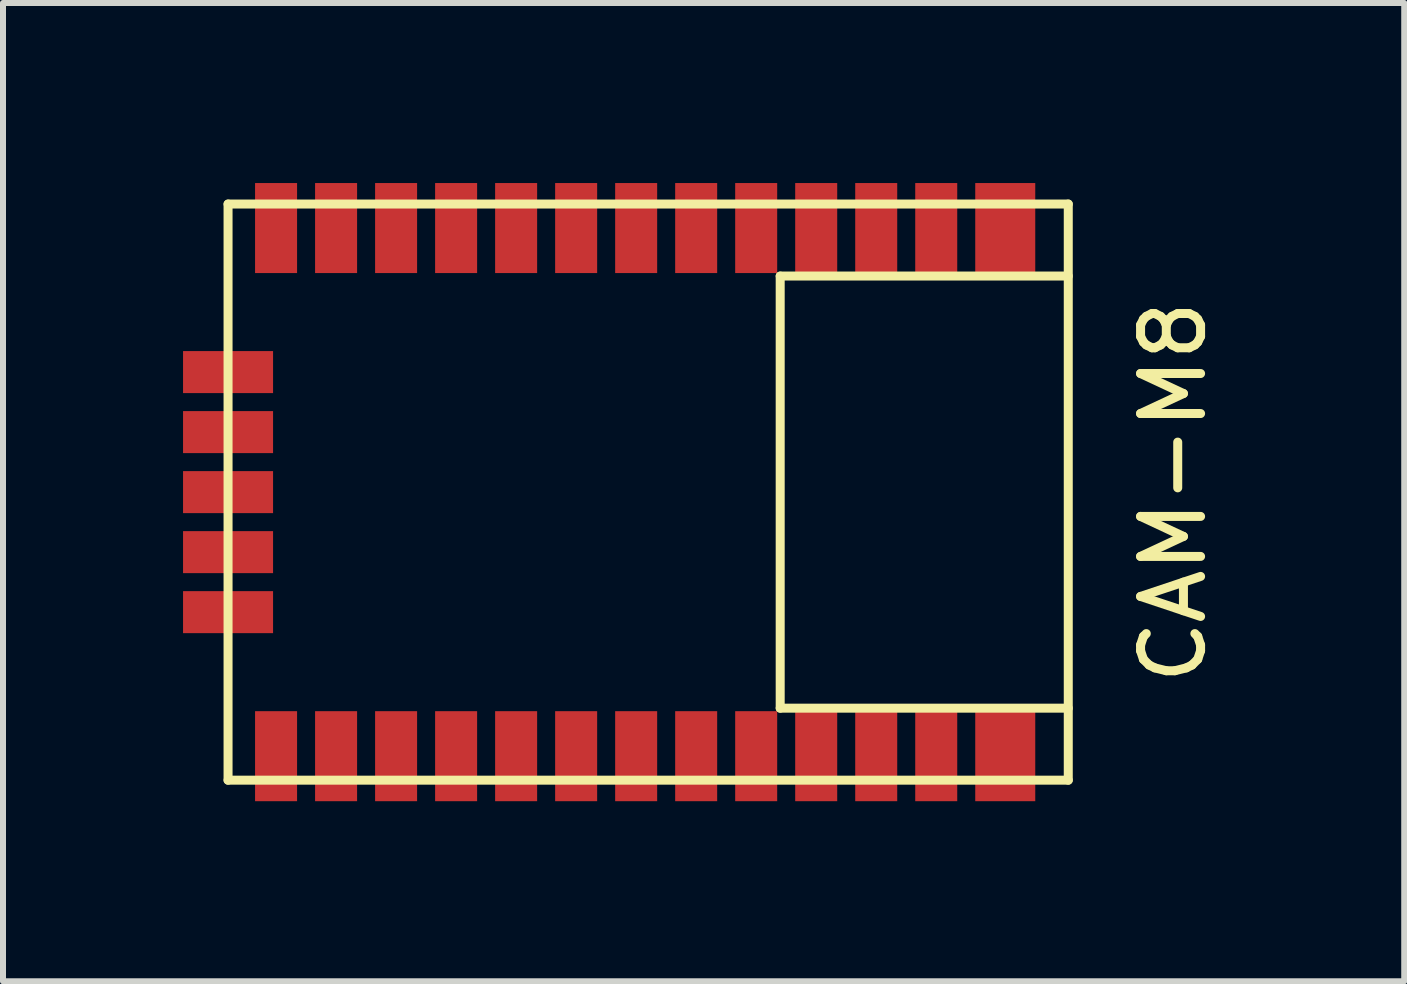
<source format=kicad_pcb>
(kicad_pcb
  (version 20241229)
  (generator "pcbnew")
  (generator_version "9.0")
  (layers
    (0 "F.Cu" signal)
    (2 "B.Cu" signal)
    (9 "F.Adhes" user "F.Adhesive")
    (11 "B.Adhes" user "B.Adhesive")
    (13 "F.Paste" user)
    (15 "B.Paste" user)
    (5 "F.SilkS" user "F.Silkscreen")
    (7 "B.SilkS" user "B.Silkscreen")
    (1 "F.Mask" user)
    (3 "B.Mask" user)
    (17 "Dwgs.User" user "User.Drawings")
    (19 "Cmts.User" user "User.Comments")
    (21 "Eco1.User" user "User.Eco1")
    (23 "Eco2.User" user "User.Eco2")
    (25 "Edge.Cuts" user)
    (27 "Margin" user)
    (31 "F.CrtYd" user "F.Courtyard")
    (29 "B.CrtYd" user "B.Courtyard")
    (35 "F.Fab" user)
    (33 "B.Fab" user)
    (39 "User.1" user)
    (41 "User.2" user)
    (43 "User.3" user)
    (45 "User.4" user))
  (footprint "CAM-M8"
    (layer "F.Cu")
    (at 7.75 5.15)
    (property "Reference" "CAM-M8" (at 8.75 0 90) (layer "F.SilkS") (effects (font (size 1 1) (thickness 0.15))))
    (attr through_hole)
    (fp_line (start -7 -4.8) (end -7 4.8) (stroke (width 0.15) (type solid)) (layer "F.SilkS"))
    (fp_line (start -7 -4.8) (end 7 -4.8) (stroke (width 0.15) (type solid)) (layer "F.SilkS"))
    (fp_line (start -7 4.8) (end 7 4.8) (stroke (width 0.15) (type solid)) (layer "F.SilkS"))
    (fp_line (start 2.2 -3.6) (end 2.2 3.6) (stroke (width 0.15) (type solid)) (layer "F.SilkS"))
    (fp_line (start 2.2 3.6) (end 7 3.6) (stroke (width 0.15) (type solid)) (layer "F.SilkS"))
    (fp_line (start 7 -3.6) (end 2.2 -3.6) (stroke (width 0.15) (type solid)) (layer "F.SilkS"))
    (fp_line (start 7 4.8) (end 7 -4.8) (stroke (width 0.15) (type solid)) (layer "F.SilkS"))
    (pad "1" smd rect (at -6.2 4.4) (size 0.7 1.5) (layers "F.Cu" "F.Mask" "F.Paste"))
    (pad "2" smd rect (at -5.2 4.4) (size 0.7 1.5) (layers "F.Cu" "F.Mask" "F.Paste"))
    (pad "3" smd rect (at -4.2 4.4) (size 0.7 1.5) (layers "F.Cu" "F.Mask" "F.Paste"))
    (pad "4" smd rect (at -3.2 4.4) (size 0.7 1.5) (layers "F.Cu" "F.Mask" "F.Paste"))
    (pad "5" smd rect (at -2.2 4.4) (size 0.7 1.5) (layers "F.Cu" "F.Mask" "F.Paste"))
    (pad "6" smd rect (at -1.2 4.4) (size 0.7 1.5) (layers "F.Cu" "F.Mask" "F.Paste"))
    (pad "7" smd rect (at -0.2 4.4) (size 0.7 1.5) (layers "F.Cu" "F.Mask" "F.Paste"))
    (pad "8" smd rect (at 0.8 4.4) (size 0.7 1.5) (layers "F.Cu" "F.Mask" "F.Paste"))
    (pad "9" smd rect (at 1.8 4.4) (size 0.7 1.5) (layers "F.Cu" "F.Mask" "F.Paste"))
    (pad "10" smd rect (at 2.8 4.4) (size 0.7 1.5) (layers "F.Cu" "F.Mask" "F.Paste"))
    (pad "11" smd rect (at 3.8 4.4) (size 0.7 1.5) (layers "F.Cu" "F.Mask" "F.Paste"))
    (pad "12" smd rect (at 4.8 4.4) (size 0.7 1.5) (layers "F.Cu" "F.Mask" "F.Paste"))
    (pad "13" smd rect (at 5.95 4.4) (size 1 1.5) (layers "F.Cu" "F.Mask" "F.Paste"))
    (pad "14" smd rect (at 5.95 -4.4) (size 1 1.5) (layers "F.Cu" "F.Mask" "F.Paste"))
    (pad "15" smd rect (at 4.8 -4.4) (size 0.7 1.5) (layers "F.Cu" "F.Mask" "F.Paste"))
    (pad "16" smd rect (at 3.8 -4.4) (size 0.7 1.5) (layers "F.Cu" "F.Mask" "F.Paste"))
    (pad "17" smd rect (at 2.8 -4.4) (size 0.7 1.5) (layers "F.Cu" "F.Mask" "F.Paste"))
    (pad "18" smd rect (at 1.8 -4.4) (size 0.7 1.5) (layers "F.Cu" "F.Mask" "F.Paste"))
    (pad "19" smd rect (at 0.8 -4.4) (size 0.7 1.5) (layers "F.Cu" "F.Mask" "F.Paste"))
    (pad "20" smd rect (at -0.2 -4.4) (size 0.7 1.5) (layers "F.Cu" "F.Mask" "F.Paste"))
    (pad "21" smd rect (at -1.2 -4.4) (size 0.7 1.5) (layers "F.Cu" "F.Mask" "F.Paste"))
    (pad "22" smd rect (at -2.2 -4.4) (size 0.7 1.5) (layers "F.Cu" "F.Mask" "F.Paste"))
    (pad "23" smd rect (at -3.2 -4.4) (size 0.7 1.5) (layers "F.Cu" "F.Mask" "F.Paste"))
    (pad "24" smd rect (at -4.2 -4.4) (size 0.7 1.5) (layers "F.Cu" "F.Mask" "F.Paste"))
    (pad "25" smd rect (at -5.2 -4.4) (size 0.7 1.5) (layers "F.Cu" "F.Mask" "F.Paste"))
    (pad "26" smd rect (at -6.2 -4.4) (size 0.7 1.5) (layers "F.Cu" "F.Mask" "F.Paste"))
    (pad "27" smd rect (at -7 -2 90) (size 0.7 1.5) (layers "F.Cu" "F.Mask" "F.Paste"))
    (pad "28" smd rect (at -7 -1 90) (size 0.7 1.5) (layers "F.Cu" "F.Mask" "F.Paste"))
    (pad "29" smd rect (at -7 0 90) (size 0.7 1.5) (layers "F.Cu" "F.Mask" "F.Paste"))
    (pad "30" smd rect (at -7 1 90) (size 0.7 1.5) (layers "F.Cu" "F.Mask" "F.Paste"))
    (pad "31" smd rect (at -7 2 90) (size 0.7 1.5) (layers "F.Cu" "F.Mask" "F.Paste")))
  (gr_rect
    (start -3 -3)
    (end 20.348 13.3)
    (stroke (width 0.1) (type default))
    (fill no)
    (layer "Edge.Cuts")))
</source>
